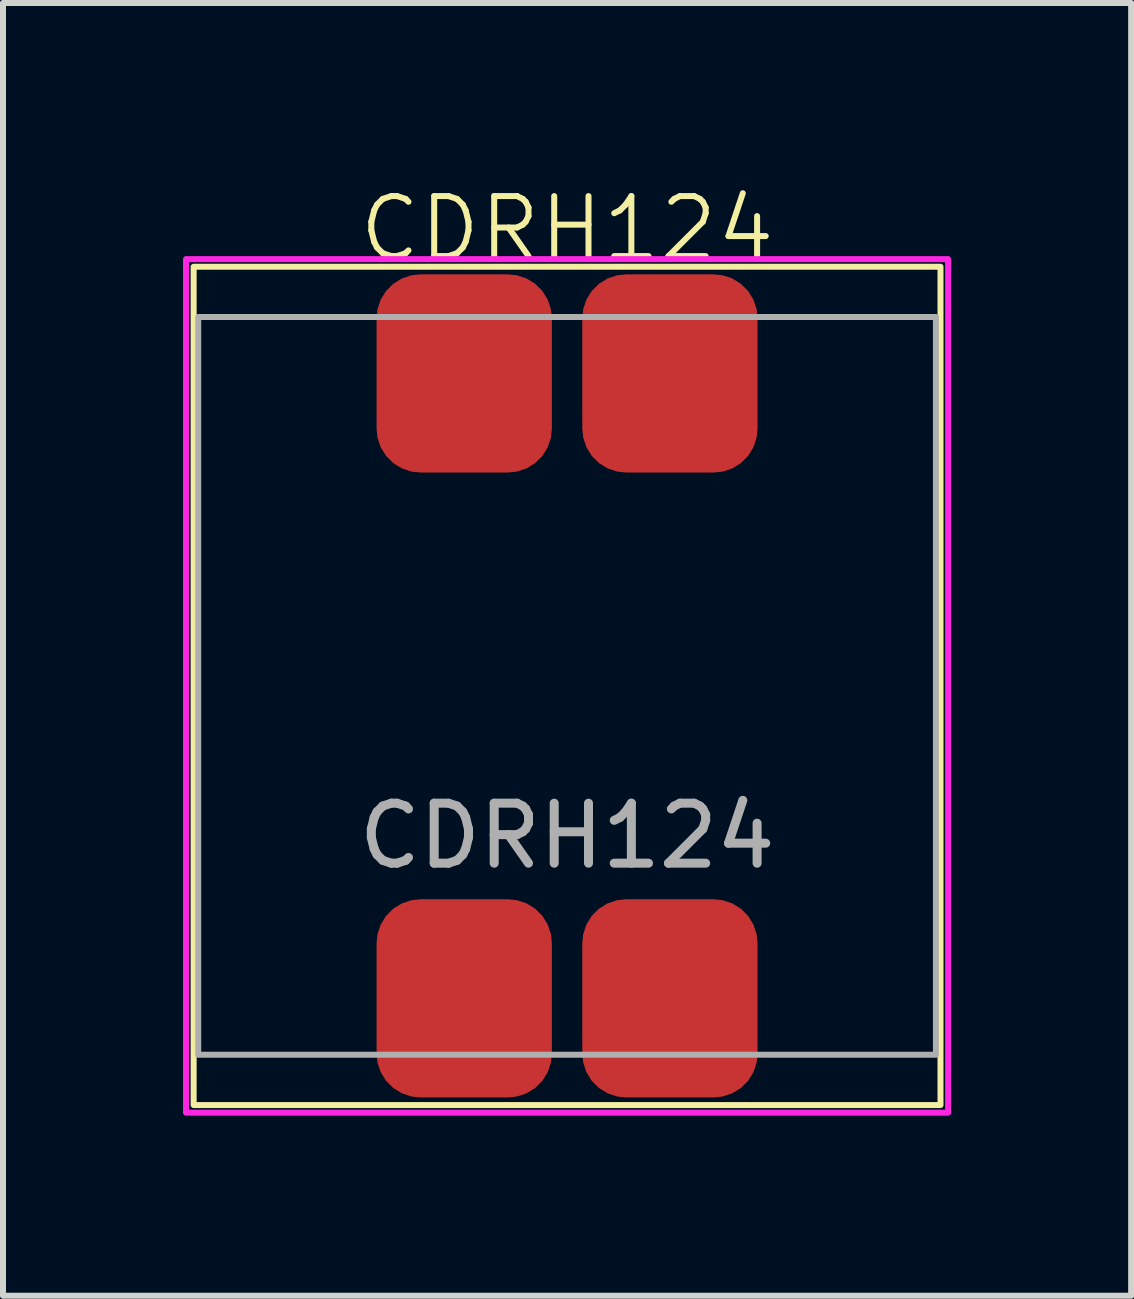
<source format=kicad_pcb>
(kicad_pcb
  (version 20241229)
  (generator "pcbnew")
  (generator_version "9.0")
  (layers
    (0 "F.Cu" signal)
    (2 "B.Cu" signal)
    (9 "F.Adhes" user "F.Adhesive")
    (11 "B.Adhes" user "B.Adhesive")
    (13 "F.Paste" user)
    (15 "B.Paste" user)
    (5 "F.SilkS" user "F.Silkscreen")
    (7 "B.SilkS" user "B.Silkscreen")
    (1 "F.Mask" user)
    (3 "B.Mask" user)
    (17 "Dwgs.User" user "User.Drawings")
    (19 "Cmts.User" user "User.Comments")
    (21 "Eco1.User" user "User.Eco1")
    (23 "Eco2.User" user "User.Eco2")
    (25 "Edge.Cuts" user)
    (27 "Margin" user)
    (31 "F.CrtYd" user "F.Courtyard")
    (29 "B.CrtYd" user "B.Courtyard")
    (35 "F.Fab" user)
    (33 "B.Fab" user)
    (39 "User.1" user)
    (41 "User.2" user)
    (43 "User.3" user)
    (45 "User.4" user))
  (footprint "CDRH124"
    (layer "F.Cu")
    (at 6.4 8.38)
    (property "Reference" "CDRH124" (at 0 -7.62 0) (unlocked yes) (layer "F.SilkS") (effects (font (size 1 1) (thickness 0.1))))
    (attr smd)
    (fp_rect (start -6.223 -6.985) (end 6.223 6.985) (stroke (width 0.1) (type default)) (fill no) (layer "F.SilkS"))
    (fp_rect (start -6.35 -7.112) (end 6.35 7.112) (stroke (width 0.1) (type default)) (fill no) (layer "F.CrtYd"))
    (fp_rect (start -6.147 -6.147) (end 6.147 6.147) (stroke (width 0.1) (type default)) (fill no) (layer "F.Fab"))
    (fp_text user "${REFERENCE}" (at 0 2.5 0) (unlocked yes) (layer "F.Fab") (effects (font (size 1 1) (thickness 0.15))))
    (pad "1" smd roundrect (at -1.714 -5.207) (size 2.921 3.302) (layers "F.Cu" "F.Mask" "F.Paste") (roundrect_rratio 0.25))
    (pad "1" smd roundrect (at 1.714 -5.207) (size 2.921 3.302) (layers "F.Cu" "F.Mask" "F.Paste") (roundrect_rratio 0.25))
    (pad "2" smd roundrect (at -1.714 5.207) (size 2.921 3.302) (layers "F.Cu" "F.Mask" "F.Paste") (roundrect_rratio 0.25))
    (pad "2" smd roundrect (at 1.714 5.207) (size 2.921 3.302) (layers "F.Cu" "F.Mask" "F.Paste") (roundrect_rratio 0.25)))
  (gr_rect
    (start -3 -3)
    (end 15.8 18.543)
    (stroke (width 0.1) (type default))
    (fill no)
    (layer "Edge.Cuts")))
</source>
